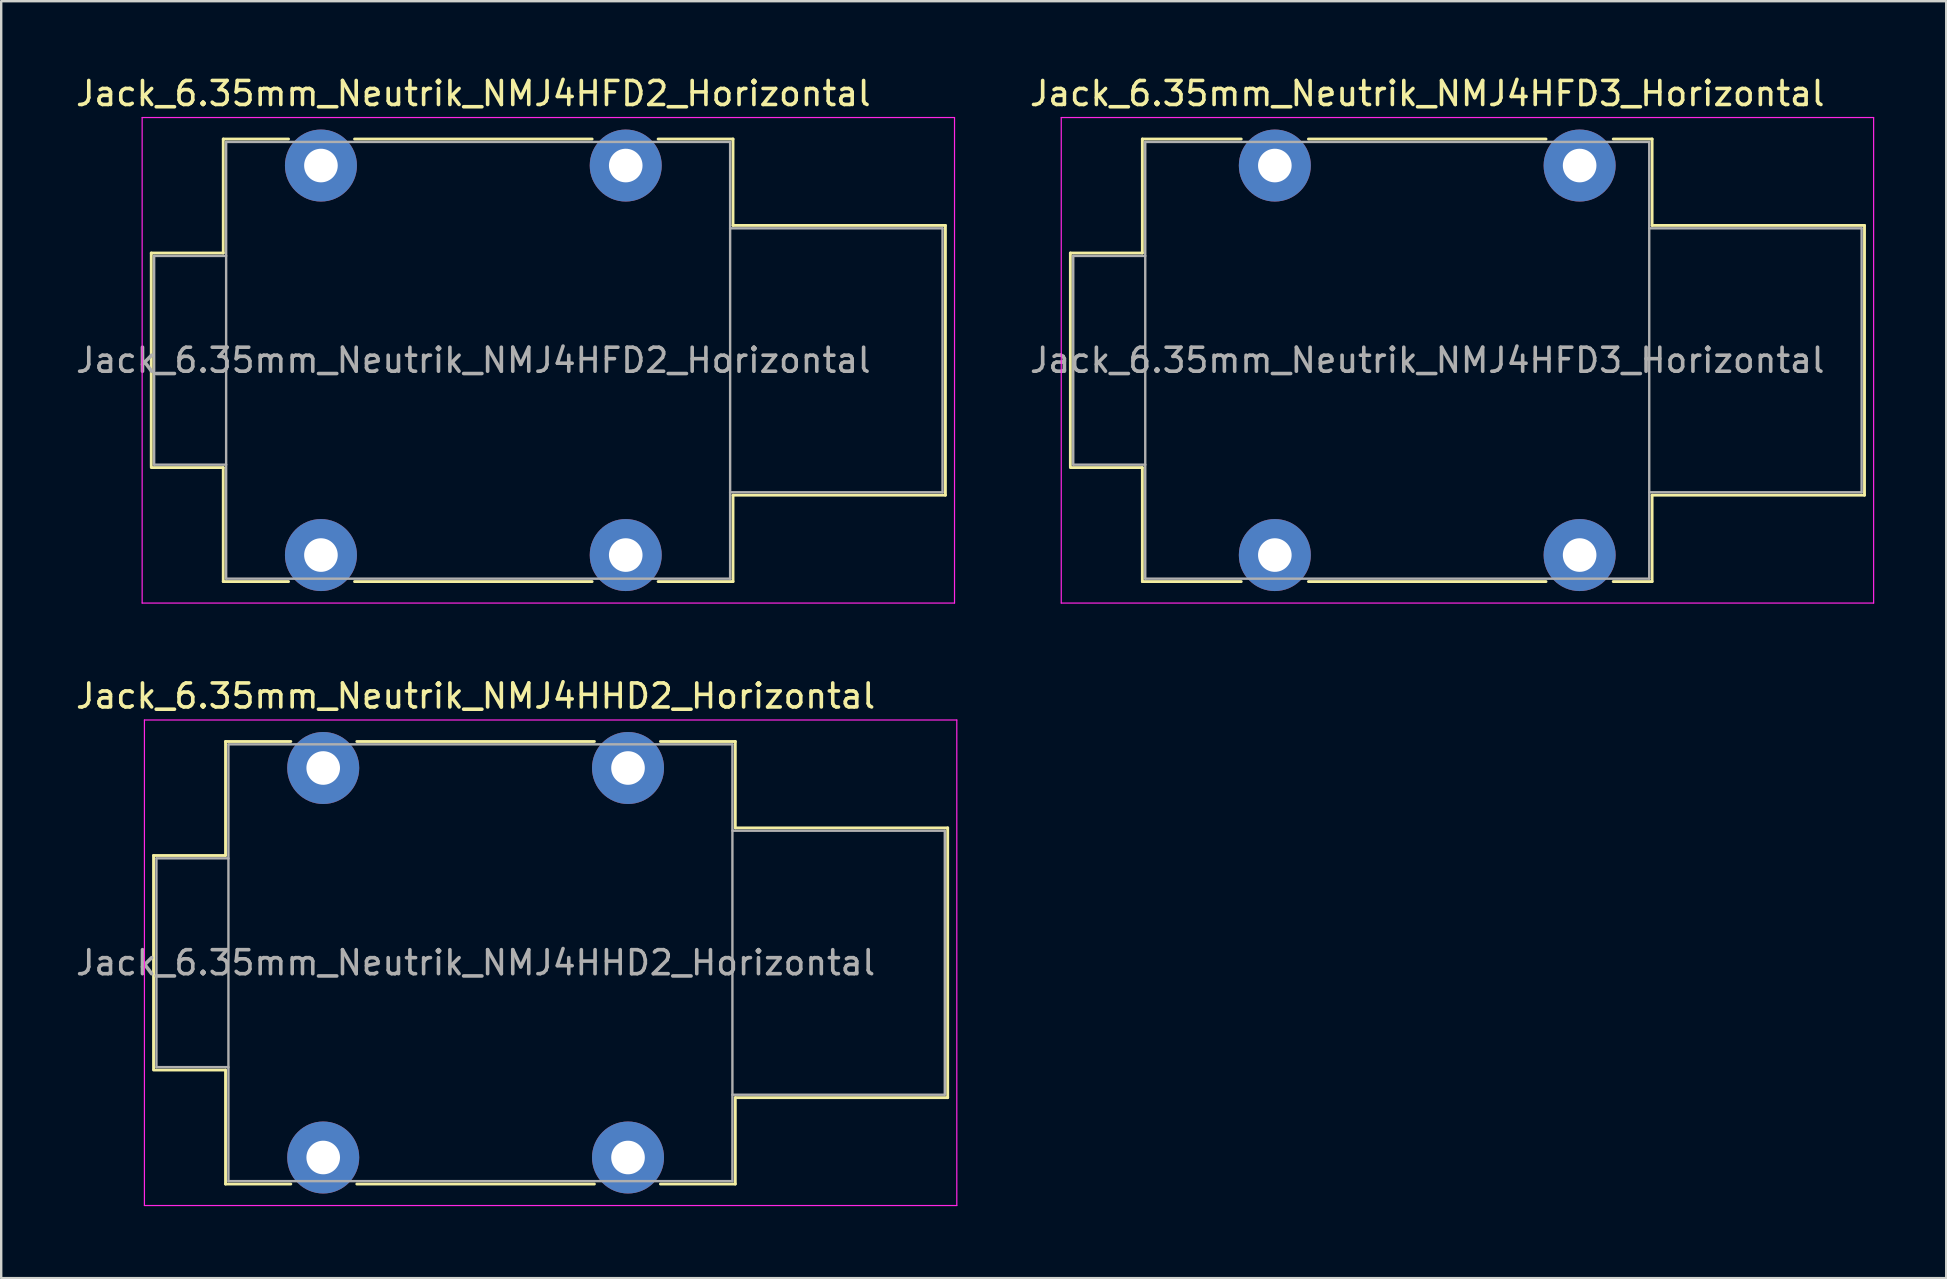
<source format=kicad_pcb>
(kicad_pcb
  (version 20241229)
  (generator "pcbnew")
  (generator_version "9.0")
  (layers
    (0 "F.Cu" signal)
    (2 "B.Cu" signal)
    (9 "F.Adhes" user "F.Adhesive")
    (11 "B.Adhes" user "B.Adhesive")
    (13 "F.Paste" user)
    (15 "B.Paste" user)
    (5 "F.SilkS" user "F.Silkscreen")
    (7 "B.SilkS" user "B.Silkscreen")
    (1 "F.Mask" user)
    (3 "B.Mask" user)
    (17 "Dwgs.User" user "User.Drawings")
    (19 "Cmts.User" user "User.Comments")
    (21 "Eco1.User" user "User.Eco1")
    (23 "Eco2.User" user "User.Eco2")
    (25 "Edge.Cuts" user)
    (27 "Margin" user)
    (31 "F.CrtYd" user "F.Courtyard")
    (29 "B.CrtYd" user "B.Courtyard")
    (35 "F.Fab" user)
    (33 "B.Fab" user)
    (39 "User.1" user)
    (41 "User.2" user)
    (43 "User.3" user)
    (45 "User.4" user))
  (footprint "Jack_6.35mm_Neutrik_NMJ4HHD2_Horizontal"
    (layer "F.Cu")
    (at 10.418 28.951)
    (property "Reference" "Jack_6.35mm_Neutrik_NMJ4HHD2_Horizontal" (at 6.35 -3 0) (layer "F.SilkS") (effects (font (size 1 1) (thickness 0.15))))
    (attr through_hole)
    (fp_line (start -7.07 3.645) (end -4.07 3.645) (stroke (width 0.12) (type solid)) (layer "F.SilkS"))
    (fp_line (start -7.07 12.545) (end -7.07 3.645) (stroke (width 0.12) (type solid)) (layer "F.SilkS"))
    (fp_line (start -7.07 12.585) (end -4.07 12.585) (stroke (width 0.12) (type solid)) (layer "F.SilkS"))
    (fp_line (start -4.07 -1.105) (end -1.35 -1.105) (stroke (width 0.12) (type solid)) (layer "F.SilkS"))
    (fp_line (start -4.07 3.645) (end -4.07 -1.105) (stroke (width 0.12) (type solid)) (layer "F.SilkS"))
    (fp_line (start -4.07 17.335) (end -4.07 12.585) (stroke (width 0.12) (type solid)) (layer "F.SilkS"))
    (fp_line (start -1.35 17.335) (end -4.07 17.335) (stroke (width 0.12) (type solid)) (layer "F.SilkS"))
    (fp_line (start 1.4 -1.105) (end 11.3 -1.105) (stroke (width 0.12) (type solid)) (layer "F.SilkS"))
    (fp_line (start 11.3 17.335) (end 1.4 17.335) (stroke (width 0.12) (type solid)) (layer "F.SilkS"))
    (fp_line (start 17.17 -1.105) (end 14.05 -1.105) (stroke (width 0.12) (type solid)) (layer "F.SilkS"))
    (fp_line (start 17.17 2.495) (end 17.17 -1.105) (stroke (width 0.12) (type solid)) (layer "F.SilkS"))
    (fp_line (start 17.17 2.495) (end 26.02 2.495) (stroke (width 0.12) (type solid)) (layer "F.SilkS"))
    (fp_line (start 17.17 13.735) (end 26.02 13.735) (stroke (width 0.12) (type solid)) (layer "F.SilkS"))
    (fp_line (start 17.17 17.335) (end 14.05 17.335) (stroke (width 0.12) (type solid)) (layer "F.SilkS"))
    (fp_line (start 17.17 17.335) (end 17.17 13.735) (stroke (width 0.12) (type solid)) (layer "F.SilkS"))
    (fp_line (start 26.02 13.735) (end 26.02 2.495) (stroke (width 0.12) (type solid)) (layer "F.SilkS"))
    (fp_line (start -7.45 18.23) (end -7.45 -2) (stroke (width 0.05) (type solid)) (layer "F.CrtYd"))
    (fp_line (start -7.45 18.23) (end 26.4 18.23) (stroke (width 0.05) (type solid)) (layer "F.CrtYd"))
    (fp_line (start 26.4 -2) (end -7.45 -2) (stroke (width 0.05) (type solid)) (layer "F.CrtYd"))
    (fp_line (start 26.4 18.23) (end 26.4 -2) (stroke (width 0.05) (type solid)) (layer "F.CrtYd"))
    (fp_line (start -6.95 3.765) (end -3.95 3.765) (stroke (width 0.1) (type solid)) (layer "F.Fab"))
    (fp_line (start -6.95 12.465) (end -6.95 3.765) (stroke (width 0.1) (type solid)) (layer "F.Fab"))
    (fp_line (start -6.95 12.465) (end -3.95 12.465) (stroke (width 0.1) (type solid)) (layer "F.Fab"))
    (fp_line (start -3.95 17.215) (end -3.95 -0.985) (stroke (width 0.1) (type solid)) (layer "F.Fab"))
    (fp_line (start 17.05 -0.985) (end -3.95 -0.985) (stroke (width 0.1) (type solid)) (layer "F.Fab"))
    (fp_line (start 17.05 17.215) (end -3.95 17.215) (stroke (width 0.1) (type solid)) (layer "F.Fab"))
    (fp_line (start 17.05 17.215) (end 17.05 -0.985) (stroke (width 0.1) (type solid)) (layer "F.Fab"))
    (fp_line (start 25.9 2.615) (end 17.05 2.615) (stroke (width 0.1) (type solid)) (layer "F.Fab"))
    (fp_line (start 25.9 13.615) (end 17.05 13.615) (stroke (width 0.1) (type solid)) (layer "F.Fab"))
    (fp_line (start 25.9 13.615) (end 25.9 2.615) (stroke (width 0.1) (type solid)) (layer "F.Fab"))
    (fp_text user "${REFERENCE}" (at 6.35 8.115 0) (layer "F.Fab") (effects (font (size 1 1) (thickness 0.15))))
    (pad "S" thru_hole circle (at 12.7 0) (size 3 3) (drill 1.4) (layers "*.Cu" "*.Mask"))
    (pad "SN" thru_hole circle (at 12.7 16.23) (size 3 3) (drill 1.4) (layers "*.Cu" "*.Mask"))
    (pad "T" thru_hole circle (at 0 0) (size 3 3) (drill 1.4) (layers "*.Cu" "*.Mask"))
    (pad "TN" thru_hole circle (at 0 16.23) (size 3 3) (drill 1.4) (layers "*.Cu" "*.Mask")))
  (footprint "Jack_6.35mm_Neutrik_NMJ4HFD3_Horizontal"
    (layer "F.Cu")
    (at 50.07 3.848)
    (property "Reference" "Jack_6.35mm_Neutrik_NMJ4HFD3_Horizontal" (at 6.35 -3 0) (layer "F.SilkS") (effects (font (size 1 1) (thickness 0.15))))
    (attr through_hole)
    (fp_line (start -8.52 3.645) (end -5.52 3.645) (stroke (width 0.12) (type solid)) (layer "F.SilkS"))
    (fp_line (start -8.52 12.545) (end -8.52 3.645) (stroke (width 0.12) (type solid)) (layer "F.SilkS"))
    (fp_line (start -8.52 12.585) (end -5.52 12.585) (stroke (width 0.12) (type solid)) (layer "F.SilkS"))
    (fp_line (start -5.52 -1.105) (end -1.4 -1.105) (stroke (width 0.12) (type solid)) (layer "F.SilkS"))
    (fp_line (start -5.52 3.645) (end -5.52 -1.105) (stroke (width 0.12) (type solid)) (layer "F.SilkS"))
    (fp_line (start -5.52 17.335) (end -5.52 12.585) (stroke (width 0.12) (type solid)) (layer "F.SilkS"))
    (fp_line (start -1.4 17.335) (end -5.52 17.335) (stroke (width 0.12) (type solid)) (layer "F.SilkS"))
    (fp_line (start 1.4 -1.105) (end 11.3 -1.105) (stroke (width 0.12) (type solid)) (layer "F.SilkS"))
    (fp_line (start 11.3 17.335) (end 1.4 17.335) (stroke (width 0.12) (type solid)) (layer "F.SilkS"))
    (fp_line (start 15.72 -1.105) (end 14.1 -1.105) (stroke (width 0.12) (type solid)) (layer "F.SilkS"))
    (fp_line (start 15.72 2.495) (end 15.72 -1.105) (stroke (width 0.12) (type solid)) (layer "F.SilkS"))
    (fp_line (start 15.72 2.495) (end 24.57 2.495) (stroke (width 0.12) (type solid)) (layer "F.SilkS"))
    (fp_line (start 15.72 13.735) (end 24.57 13.735) (stroke (width 0.12) (type solid)) (layer "F.SilkS"))
    (fp_line (start 15.72 17.335) (end 14.1 17.335) (stroke (width 0.12) (type solid)) (layer "F.SilkS"))
    (fp_line (start 15.72 17.335) (end 15.72 13.735) (stroke (width 0.12) (type solid)) (layer "F.SilkS"))
    (fp_line (start 24.57 13.735) (end 24.57 2.495) (stroke (width 0.12) (type solid)) (layer "F.SilkS"))
    (fp_line (start -8.9 18.23) (end -8.9 -2) (stroke (width 0.05) (type solid)) (layer "F.CrtYd"))
    (fp_line (start -8.9 18.23) (end 24.95 18.23) (stroke (width 0.05) (type solid)) (layer "F.CrtYd"))
    (fp_line (start 24.95 -2) (end -8.9 -2) (stroke (width 0.05) (type solid)) (layer "F.CrtYd"))
    (fp_line (start 24.95 18.23) (end 24.95 -2) (stroke (width 0.05) (type solid)) (layer "F.CrtYd"))
    (fp_line (start -8.4 3.765) (end -5.4 3.765) (stroke (width 0.1) (type solid)) (layer "F.Fab"))
    (fp_line (start -8.4 12.465) (end -8.4 3.765) (stroke (width 0.1) (type solid)) (layer "F.Fab"))
    (fp_line (start -8.4 12.465) (end -5.4 12.465) (stroke (width 0.1) (type solid)) (layer "F.Fab"))
    (fp_line (start -5.4 17.215) (end -5.4 -0.985) (stroke (width 0.1) (type solid)) (layer "F.Fab"))
    (fp_line (start 15.6 -0.985) (end -5.4 -0.985) (stroke (width 0.1) (type solid)) (layer "F.Fab"))
    (fp_line (start 15.6 17.215) (end -5.4 17.215) (stroke (width 0.1) (type solid)) (layer "F.Fab"))
    (fp_line (start 15.6 17.215) (end 15.6 -0.985) (stroke (width 0.1) (type solid)) (layer "F.Fab"))
    (fp_line (start 24.45 2.615) (end 15.6 2.615) (stroke (width 0.1) (type solid)) (layer "F.Fab"))
    (fp_line (start 24.45 13.615) (end 15.6 13.615) (stroke (width 0.1) (type solid)) (layer "F.Fab"))
    (fp_line (start 24.45 13.615) (end 24.45 2.615) (stroke (width 0.1) (type solid)) (layer "F.Fab"))
    (fp_text user "${REFERENCE}" (at 6.35 8.115 0) (layer "F.Fab") (effects (font (size 1 1) (thickness 0.15))))
    (pad "S" thru_hole circle (at 12.7 0) (size 3 3) (drill 1.4) (layers "*.Cu" "*.Mask"))
    (pad "SN" thru_hole circle (at 12.7 16.23) (size 3 3) (drill 1.4) (layers "*.Cu" "*.Mask"))
    (pad "T" thru_hole circle (at 0 0) (size 3 3) (drill 1.4) (layers "*.Cu" "*.Mask"))
    (pad "TN" thru_hole circle (at 0 16.23) (size 3 3) (drill 1.4) (layers "*.Cu" "*.Mask")))
  (footprint "Jack_6.35mm_Neutrik_NMJ4HFD2_Horizontal"
    (layer "F.Cu")
    (at 10.323 3.848)
    (property "Reference" "Jack_6.35mm_Neutrik_NMJ4HFD2_Horizontal" (at 6.35 -3 0) (layer "F.SilkS") (effects (font (size 1 1) (thickness 0.15))))
    (attr through_hole)
    (fp_line (start -7.07 3.645) (end -4.07 3.645) (stroke (width 0.12) (type solid)) (layer "F.SilkS"))
    (fp_line (start -7.07 12.545) (end -7.07 3.645) (stroke (width 0.12) (type solid)) (layer "F.SilkS"))
    (fp_line (start -7.07 12.585) (end -4.07 12.585) (stroke (width 0.12) (type solid)) (layer "F.SilkS"))
    (fp_line (start -4.07 -1.105) (end -1.35 -1.105) (stroke (width 0.12) (type solid)) (layer "F.SilkS"))
    (fp_line (start -4.07 3.645) (end -4.07 -1.105) (stroke (width 0.12) (type solid)) (layer "F.SilkS"))
    (fp_line (start -4.07 17.335) (end -4.07 12.585) (stroke (width 0.12) (type solid)) (layer "F.SilkS"))
    (fp_line (start -1.35 17.335) (end -4.07 17.335) (stroke (width 0.12) (type solid)) (layer "F.SilkS"))
    (fp_line (start 1.4 -1.105) (end 11.3 -1.105) (stroke (width 0.12) (type solid)) (layer "F.SilkS"))
    (fp_line (start 11.3 17.335) (end 1.4 17.335) (stroke (width 0.12) (type solid)) (layer "F.SilkS"))
    (fp_line (start 17.17 -1.105) (end 14.05 -1.105) (stroke (width 0.12) (type solid)) (layer "F.SilkS"))
    (fp_line (start 17.17 2.495) (end 17.17 -1.105) (stroke (width 0.12) (type solid)) (layer "F.SilkS"))
    (fp_line (start 17.17 2.495) (end 26.02 2.495) (stroke (width 0.12) (type solid)) (layer "F.SilkS"))
    (fp_line (start 17.17 13.735) (end 26.02 13.735) (stroke (width 0.12) (type solid)) (layer "F.SilkS"))
    (fp_line (start 17.17 17.335) (end 14.05 17.335) (stroke (width 0.12) (type solid)) (layer "F.SilkS"))
    (fp_line (start 17.17 17.335) (end 17.17 13.735) (stroke (width 0.12) (type solid)) (layer "F.SilkS"))
    (fp_line (start 26.02 13.735) (end 26.02 2.495) (stroke (width 0.12) (type solid)) (layer "F.SilkS"))
    (fp_line (start -7.45 18.23) (end -7.45 -2) (stroke (width 0.05) (type solid)) (layer "F.CrtYd"))
    (fp_line (start -7.45 18.23) (end 26.4 18.23) (stroke (width 0.05) (type solid)) (layer "F.CrtYd"))
    (fp_line (start 26.4 -2) (end -7.45 -2) (stroke (width 0.05) (type solid)) (layer "F.CrtYd"))
    (fp_line (start 26.4 18.23) (end 26.4 -2) (stroke (width 0.05) (type solid)) (layer "F.CrtYd"))
    (fp_line (start -6.95 3.765) (end -3.95 3.765) (stroke (width 0.1) (type solid)) (layer "F.Fab"))
    (fp_line (start -6.95 12.465) (end -6.95 3.765) (stroke (width 0.1) (type solid)) (layer "F.Fab"))
    (fp_line (start -6.95 12.465) (end -3.95 12.465) (stroke (width 0.1) (type solid)) (layer "F.Fab"))
    (fp_line (start -3.95 17.215) (end -3.95 -0.985) (stroke (width 0.1) (type solid)) (layer "F.Fab"))
    (fp_line (start 17.05 -0.985) (end -3.95 -0.985) (stroke (width 0.1) (type solid)) (layer "F.Fab"))
    (fp_line (start 17.05 17.215) (end -3.95 17.215) (stroke (width 0.1) (type solid)) (layer "F.Fab"))
    (fp_line (start 17.05 17.215) (end 17.05 -0.985) (stroke (width 0.1) (type solid)) (layer "F.Fab"))
    (fp_line (start 25.9 2.615) (end 17.05 2.615) (stroke (width 0.1) (type solid)) (layer "F.Fab"))
    (fp_line (start 25.9 13.615) (end 17.05 13.615) (stroke (width 0.1) (type solid)) (layer "F.Fab"))
    (fp_line (start 25.9 13.615) (end 25.9 2.615) (stroke (width 0.1) (type solid)) (layer "F.Fab"))
    (fp_text user "${REFERENCE}" (at 6.35 8.115 0) (layer "F.Fab") (effects (font (size 1 1) (thickness 0.15))))
    (pad "S" thru_hole circle (at 12.7 0) (size 3 3) (drill 1.4) (layers "*.Cu" "*.Mask"))
    (pad "SN" thru_hole circle (at 12.7 16.23) (size 3 3) (drill 1.4) (layers "*.Cu" "*.Mask"))
    (pad "T" thru_hole circle (at 0 0) (size 3 3) (drill 1.4) (layers "*.Cu" "*.Mask"))
    (pad "TN" thru_hole circle (at 0 16.23) (size 3 3) (drill 1.4) (layers "*.Cu" "*.Mask")))
  (gr_rect
    (start -3 -3)
    (end 78.045 50.206)
    (stroke (width 0.1) (type default))
    (fill no)
    (layer "Edge.Cuts")))
</source>
